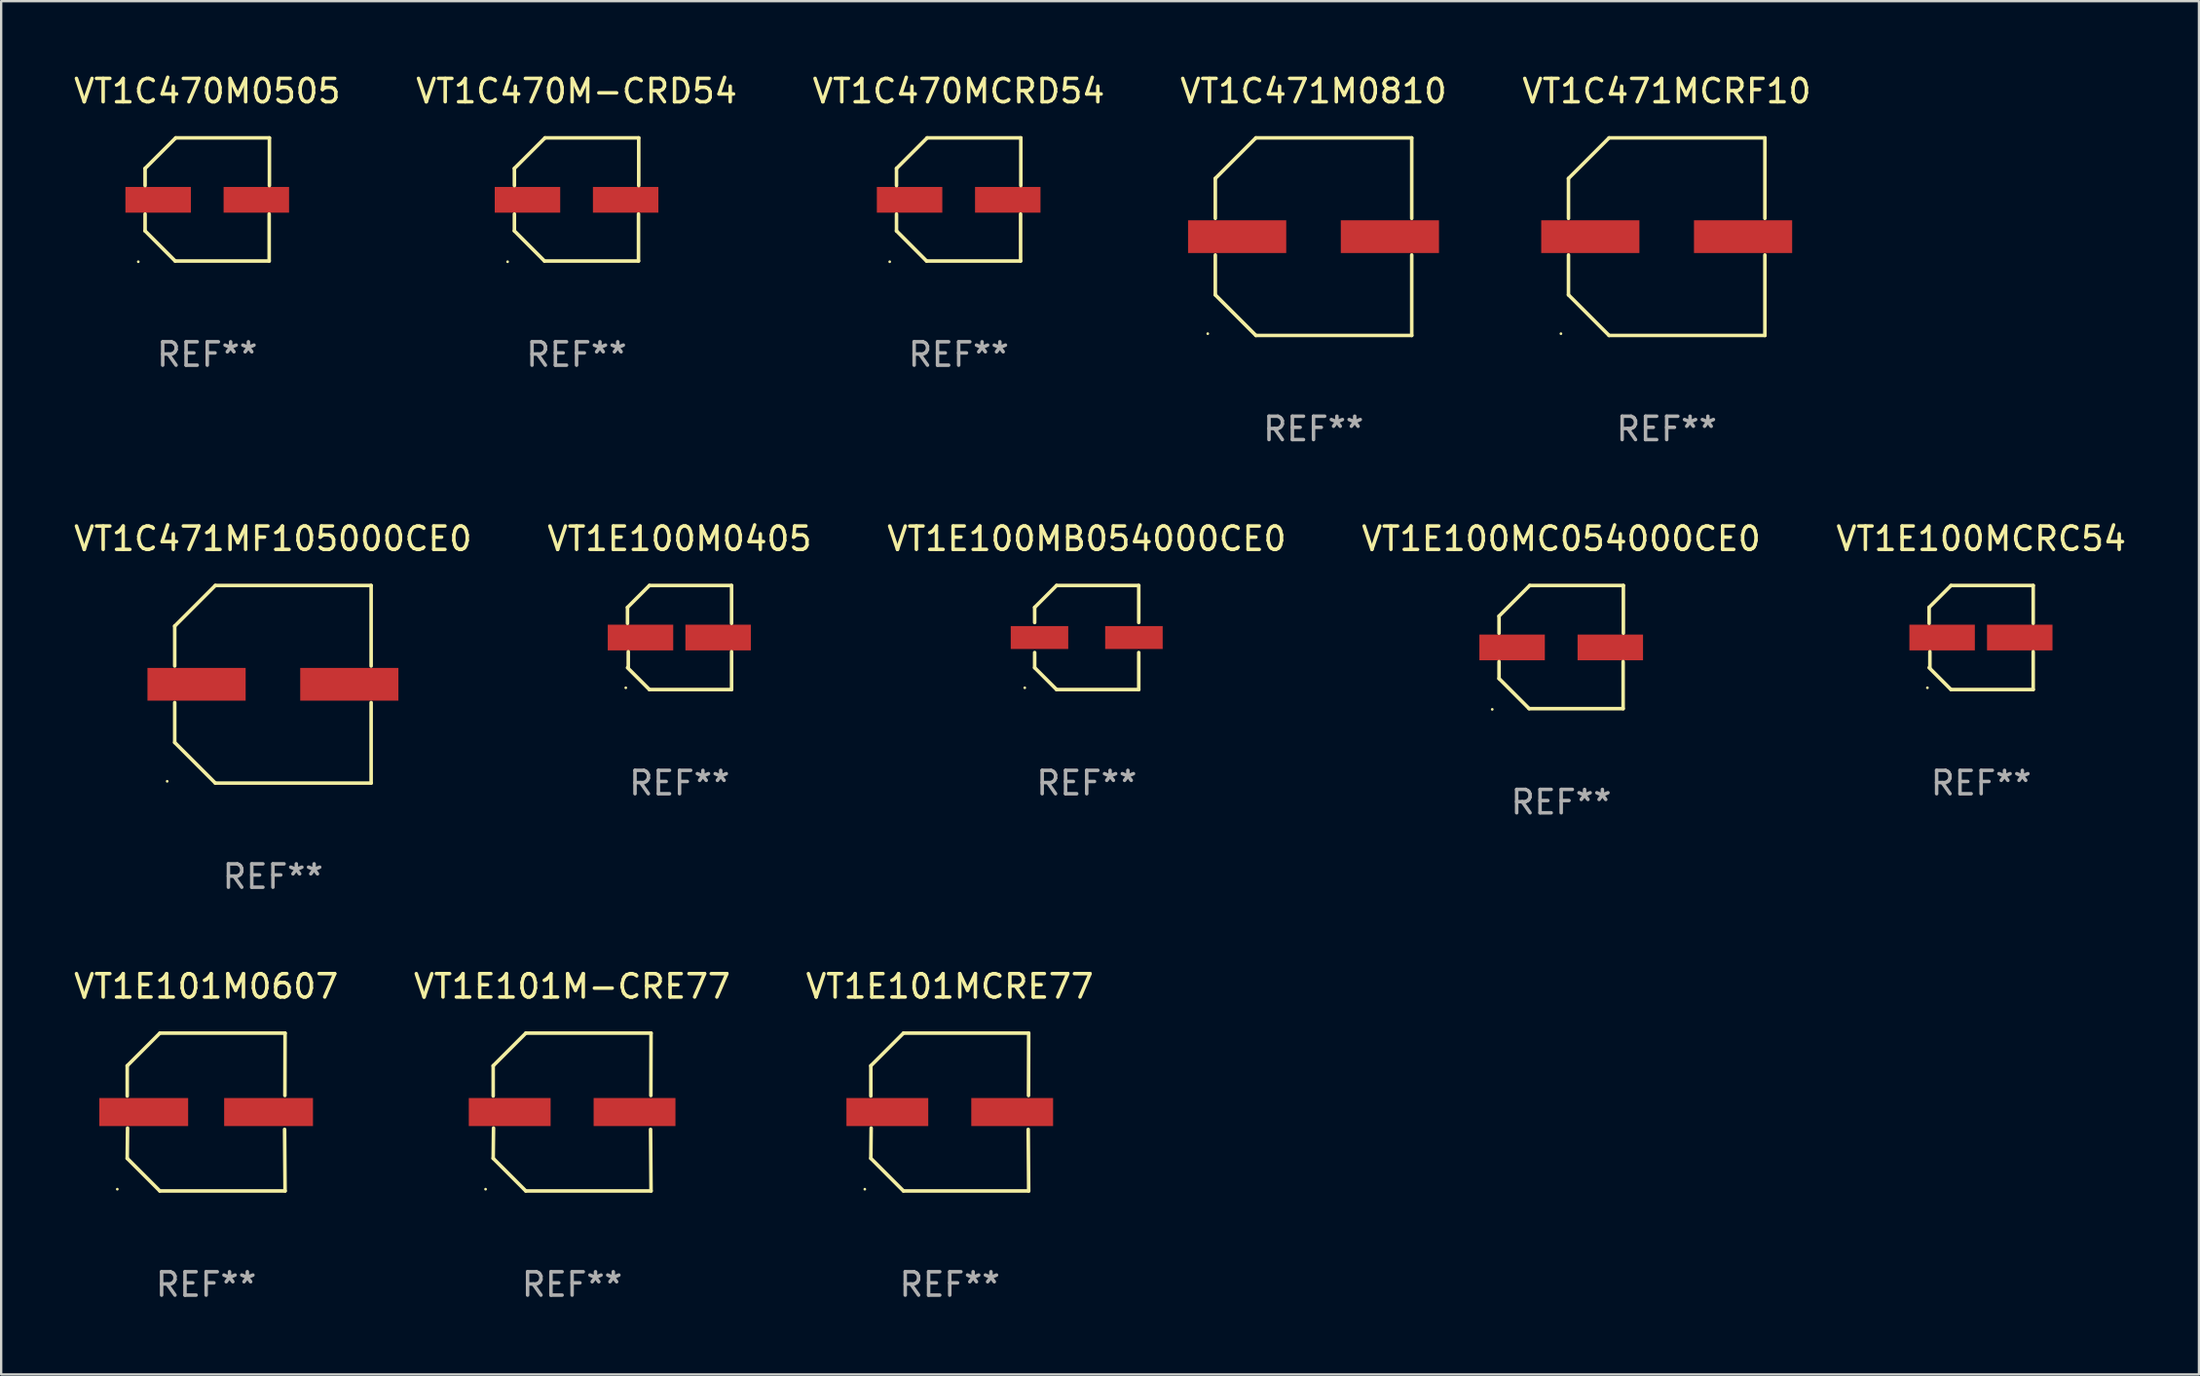
<source format=kicad_pcb>
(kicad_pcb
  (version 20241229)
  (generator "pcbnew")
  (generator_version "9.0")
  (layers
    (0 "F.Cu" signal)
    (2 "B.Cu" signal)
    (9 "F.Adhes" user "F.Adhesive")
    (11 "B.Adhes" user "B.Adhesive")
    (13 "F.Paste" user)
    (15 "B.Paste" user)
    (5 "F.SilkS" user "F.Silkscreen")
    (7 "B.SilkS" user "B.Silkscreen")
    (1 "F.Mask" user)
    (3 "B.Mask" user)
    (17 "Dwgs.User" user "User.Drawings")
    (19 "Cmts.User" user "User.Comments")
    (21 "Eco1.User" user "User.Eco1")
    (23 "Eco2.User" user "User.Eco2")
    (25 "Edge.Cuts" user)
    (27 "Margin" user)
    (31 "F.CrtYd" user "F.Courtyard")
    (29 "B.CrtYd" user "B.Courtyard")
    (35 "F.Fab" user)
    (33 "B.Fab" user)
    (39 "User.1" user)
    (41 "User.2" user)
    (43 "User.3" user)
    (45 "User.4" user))
  (footprint "VT1C470M-CRD54"
    (layer "F.Cu")
    (at 21.613 5.482)
    (property "Reference" "VT1C470M-CRD54" (at 0 -4.634 0) (layer "F.SilkS") (effects (font (size 1 1) (thickness 0.15))))
    (attr through_hole)
    (fp_line (start -2.659 -1.326) (end -2.659 -0.592) (stroke (width 0.152) (type solid)) (layer "F.SilkS"))
    (fp_line (start -2.659 1.346) (end -2.659 0.622) (stroke (width 0.152) (type solid)) (layer "F.SilkS"))
    (fp_line (start -1.372 2.634) (end -2.659 1.346) (stroke (width 0.152) (type solid)) (layer "F.SilkS"))
    (fp_line (start -1.349 -2.634) (end -2.659 -1.326) (stroke (width 0.152) (type solid)) (layer "F.SilkS"))
    (fp_line (start 2.649 0.622) (end 2.649 2.634) (stroke (width 0.152) (type solid)) (layer "F.SilkS"))
    (fp_line (start 2.649 2.634) (end -1.372 2.634) (stroke (width 0.152) (type solid)) (layer "F.SilkS"))
    (fp_line (start 2.659 -2.634) (end -1.349 -2.634) (stroke (width 0.152) (type solid)) (layer "F.SilkS"))
    (fp_line (start 2.659 -0.592) (end 2.659 -2.634) (stroke (width 0.152) (type solid)) (layer "F.SilkS"))
    (fp_circle (center -2.95 2.665) (end -2.92 2.665) (stroke (width 0.06) (type solid)) (fill no) (layer "F.SilkS"))
    (fp_text user "REF**" (at 0 6.634 0) (layer "F.Fab") (effects (font (size 1 1) (thickness 0.15))))
    (pad "1" smd rect (at -2.1 0.015) (size 2.8 1.1) (layers "F.Cu" "F.Mask" "F.Paste"))
    (pad "2" smd rect (at 2.1 0.015) (size 2.8 1.1) (layers "F.Cu" "F.Mask" "F.Paste")))
  (footprint "VT1C471MF105000CE0"
    (layer "F.Cu")
    (at 8.625 26.223)
    (property "Reference" "VT1C471MF105000CE0" (at 0 -6.226 0) (layer "F.SilkS") (effects (font (size 1 1) (thickness 0.15))))
    (attr through_hole)
    (fp_line (start -4.201 -2.49) (end -4.201 -0.782) (stroke (width 0.152) (type solid)) (layer "F.SilkS"))
    (fp_line (start -4.201 2.49) (end -4.201 0.782) (stroke (width 0.152) (type solid)) (layer "F.SilkS"))
    (fp_line (start -2.465 -4.226) (end -4.201 -2.49) (stroke (width 0.152) (type solid)) (layer "F.SilkS"))
    (fp_line (start -2.465 4.226) (end -4.201 2.49) (stroke (width 0.152) (type solid)) (layer "F.SilkS"))
    (fp_line (start 4.201 -4.226) (end -2.465 -4.226) (stroke (width 0.152) (type solid)) (layer "F.SilkS"))
    (fp_line (start 4.201 -0.782) (end 4.201 -4.226) (stroke (width 0.152) (type solid)) (layer "F.SilkS"))
    (fp_line (start 4.201 0.782) (end 4.201 4.226) (stroke (width 0.152) (type solid)) (layer "F.SilkS"))
    (fp_line (start 4.201 4.226) (end -2.465 4.226) (stroke (width 0.152) (type solid)) (layer "F.SilkS"))
    (fp_circle (center -4.524 4.15) (end -4.494 4.15) (stroke (width 0.06) (type solid)) (fill no) (layer "F.SilkS"))
    (fp_text user "REF**" (at 0 8.226 0) (layer "F.Fab") (effects (font (size 1 1) (thickness 0.15))))
    (pad "1" smd rect (at -3.267 0) (size 4.2 1.4) (layers "F.Cu" "F.Mask" "F.Paste"))
    (pad "2" smd rect (at 3.267 0) (size 4.2 1.4) (layers "F.Cu" "F.Mask" "F.Paste")))
  (footprint "VT1E100M0405"
    (layer "F.Cu")
    (at 26.018 24.223)
    (property "Reference" "VT1E100M0405" (at 0 -4.226 0) (layer "F.SilkS") (effects (font (size 1 1) (thickness 0.15))))
    (attr through_hole)
    (fp_line (start -2.226 -1.29) (end -2.226 -0.607) (stroke (width 0.152) (type solid)) (layer "F.SilkS"))
    (fp_line (start -2.193 1.29) (end -2.193 0.607) (stroke (width 0.152) (type solid)) (layer "F.SilkS"))
    (fp_line (start -1.29 2.226) (end -2.226 1.29) (stroke (width 0.152) (type solid)) (layer "F.SilkS"))
    (fp_line (start -1.29 -2.226) (end -2.226 -1.29) (stroke (width 0.152) (type solid)) (layer "F.SilkS"))
    (fp_line (start 2.226 -2.226) (end -1.29 -2.226) (stroke (width 0.152) (type solid)) (layer "F.SilkS"))
    (fp_line (start 2.226 -0.607) (end 2.226 -2.226) (stroke (width 0.152) (type solid)) (layer "F.SilkS"))
    (fp_line (start 2.226 0.607) (end 2.226 2.226) (stroke (width 0.152) (type solid)) (layer "F.SilkS"))
    (fp_line (start 2.226 2.226) (end -1.29 2.226) (stroke (width 0.152) (type solid)) (layer "F.SilkS"))
    (fp_circle (center -2.3 2.15) (end -2.27 2.15) (stroke (width 0.06) (type solid)) (fill no) (layer "F.SilkS"))
    (fp_text user "REF**" (at 0 6.226 0) (layer "F.Fab") (effects (font (size 1 1) (thickness 0.15))))
    (pad "1" smd rect (at -1.67 -0.000025) (size 2.8 1.1) (layers "F.Cu" "F.Mask" "F.Paste"))
    (pad "2" smd rect (at 1.651 -0.000025) (size 2.8 1.1) (layers "F.Cu" "F.Mask" "F.Paste")))
  (footprint "VT1E101M0607"
    (layer "F.Cu")
    (at 5.768 44.522)
    (property "Reference" "VT1E101M0607" (at 0 -5.376 0) (layer "F.SilkS") (effects (font (size 1 1) (thickness 0.15))))
    (attr through_hole)
    (fp_line (start -3.376 -1.98) (end -3.376 -0.686) (stroke (width 0.152) (type solid)) (layer "F.SilkS"))
    (fp_line (start -3.376 1.981) (end -3.362 0.686) (stroke (width 0.152) (type solid)) (layer "F.SilkS"))
    (fp_line (start -1.981 3.376) (end -3.376 1.981) (stroke (width 0.152) (type solid)) (layer "F.SilkS"))
    (fp_line (start -1.98 -3.376) (end -3.376 -1.98) (stroke (width 0.152) (type solid)) (layer "F.SilkS"))
    (fp_line (start 3.356 0.74) (end 3.376 3.376) (stroke (width 0.152) (type solid)) (layer "F.SilkS"))
    (fp_line (start 3.369 -0.707) (end 3.376 -3.376) (stroke (width 0.152) (type solid)) (layer "F.SilkS"))
    (fp_line (start 3.376 3.376) (end -1.981 3.376) (stroke (width 0.152) (type solid)) (layer "F.SilkS"))
    (fp_line (start 3.376 -3.376) (end -1.98 -3.376) (stroke (width 0.152) (type solid)) (layer "F.SilkS"))
    (fp_circle (center -3.8 3.3) (end -3.77 3.3) (stroke (width 0.06) (type solid)) (fill no) (layer "F.SilkS"))
    (fp_text user "REF**" (at 0 7.376 0) (layer "F.Fab") (effects (font (size 1 1) (thickness 0.15))))
    (pad "1" smd rect (at -2.67 0.000254) (size 3.8 1.2) (layers "F.Cu" "F.Mask" "F.Paste"))
    (pad "2" smd rect (at 2.67 0.000254) (size 3.8 1.2) (layers "F.Cu" "F.Mask" "F.Paste")))
  (footprint "VT1E101MCRE77"
    (layer "F.Cu")
    (at 37.577 44.522)
    (property "Reference" "VT1E101MCRE77" (at 0 -5.376 0) (layer "F.SilkS") (effects (font (size 1 1) (thickness 0.15))))
    (attr through_hole)
    (fp_line (start -3.376 -1.98) (end -3.376 -0.686) (stroke (width 0.152) (type solid)) (layer "F.SilkS"))
    (fp_line (start -3.376 1.981) (end -3.362 0.686) (stroke (width 0.152) (type solid)) (layer "F.SilkS"))
    (fp_line (start -1.981 3.376) (end -3.376 1.981) (stroke (width 0.152) (type solid)) (layer "F.SilkS"))
    (fp_line (start -1.98 -3.376) (end -3.376 -1.98) (stroke (width 0.152) (type solid)) (layer "F.SilkS"))
    (fp_line (start 3.356 0.74) (end 3.376 3.376) (stroke (width 0.152) (type solid)) (layer "F.SilkS"))
    (fp_line (start 3.369 -0.707) (end 3.376 -3.376) (stroke (width 0.152) (type solid)) (layer "F.SilkS"))
    (fp_line (start 3.376 3.376) (end -1.981 3.376) (stroke (width 0.152) (type solid)) (layer "F.SilkS"))
    (fp_line (start 3.376 -3.376) (end -1.98 -3.376) (stroke (width 0.152) (type solid)) (layer "F.SilkS"))
    (fp_circle (center -3.634 3.3) (end -3.604 3.3) (stroke (width 0.06) (type solid)) (fill no) (layer "F.SilkS"))
    (fp_text user "REF**" (at 0 7.376 0) (layer "F.Fab") (effects (font (size 1 1) (thickness 0.15))))
    (pad "1" smd rect (at -2.67 0.000254) (size 3.5 1.2) (layers "F.Cu" "F.Mask" "F.Paste"))
    (pad "2" smd rect (at 2.67 0.000254) (size 3.5 1.2) (layers "F.Cu" "F.Mask" "F.Paste")))
  (footprint "VT1C471MCRF10"
    (layer "F.Cu")
    (at 68.244 7.074)
    (property "Reference" "VT1C471MCRF10" (at 0 -6.226 0) (layer "F.SilkS") (effects (font (size 1 1) (thickness 0.15))))
    (attr through_hole)
    (fp_line (start -4.201 -2.49) (end -4.201 -0.782) (stroke (width 0.152) (type solid)) (layer "F.SilkS"))
    (fp_line (start -4.201 2.49) (end -4.201 0.782) (stroke (width 0.152) (type solid)) (layer "F.SilkS"))
    (fp_line (start -2.465 -4.226) (end -4.201 -2.49) (stroke (width 0.152) (type solid)) (layer "F.SilkS"))
    (fp_line (start -2.465 4.226) (end -4.201 2.49) (stroke (width 0.152) (type solid)) (layer "F.SilkS"))
    (fp_line (start 4.201 -4.226) (end -2.465 -4.226) (stroke (width 0.152) (type solid)) (layer "F.SilkS"))
    (fp_line (start 4.201 -0.782) (end 4.201 -4.226) (stroke (width 0.152) (type solid)) (layer "F.SilkS"))
    (fp_line (start 4.201 0.782) (end 4.201 4.226) (stroke (width 0.152) (type solid)) (layer "F.SilkS"))
    (fp_line (start 4.201 4.226) (end -2.465 4.226) (stroke (width 0.152) (type solid)) (layer "F.SilkS"))
    (fp_circle (center -4.524 4.15) (end -4.494 4.15) (stroke (width 0.06) (type solid)) (fill no) (layer "F.SilkS"))
    (fp_text user "REF**" (at 0 8.226 0) (layer "F.Fab") (effects (font (size 1 1) (thickness 0.15))))
    (pad "1" smd rect (at -3.267 0) (size 4.2 1.4) (layers "F.Cu" "F.Mask" "F.Paste"))
    (pad "2" smd rect (at 3.267 0) (size 4.2 1.4) (layers "F.Cu" "F.Mask" "F.Paste")))
  (footprint "VT1C471M0810"
    (layer "F.Cu")
    (at 53.137 7.074)
    (property "Reference" "VT1C471M0810" (at 0 -6.226 0) (layer "F.SilkS") (effects (font (size 1 1) (thickness 0.15))))
    (attr through_hole)
    (fp_line (start -4.201 -2.49) (end -4.201 -0.782) (stroke (width 0.152) (type solid)) (layer "F.SilkS"))
    (fp_line (start -4.201 2.49) (end -4.201 0.782) (stroke (width 0.152) (type solid)) (layer "F.SilkS"))
    (fp_line (start -2.465 -4.226) (end -4.201 -2.49) (stroke (width 0.152) (type solid)) (layer "F.SilkS"))
    (fp_line (start -2.465 4.226) (end -4.201 2.49) (stroke (width 0.152) (type solid)) (layer "F.SilkS"))
    (fp_line (start 4.201 -4.226) (end -2.465 -4.226) (stroke (width 0.152) (type solid)) (layer "F.SilkS"))
    (fp_line (start 4.201 -0.782) (end 4.201 -4.226) (stroke (width 0.152) (type solid)) (layer "F.SilkS"))
    (fp_line (start 4.201 0.782) (end 4.201 4.226) (stroke (width 0.152) (type solid)) (layer "F.SilkS"))
    (fp_line (start 4.201 4.226) (end -2.465 4.226) (stroke (width 0.152) (type solid)) (layer "F.SilkS"))
    (fp_circle (center -4.524 4.15) (end -4.494 4.15) (stroke (width 0.06) (type solid)) (fill no) (layer "F.SilkS"))
    (fp_text user "REF**" (at 0 8.226 0) (layer "F.Fab") (effects (font (size 1 1) (thickness 0.15))))
    (pad "1" smd rect (at -3.267 0) (size 4.2 1.4) (layers "F.Cu" "F.Mask" "F.Paste"))
    (pad "2" smd rect (at 3.267 0) (size 4.2 1.4) (layers "F.Cu" "F.Mask" "F.Paste")))
  (footprint "VT1E100MC054000CE0"
    (layer "F.Cu")
    (at 63.732 24.631)
    (property "Reference" "VT1E100MC054000CE0" (at 0 -4.634 0) (layer "F.SilkS") (effects (font (size 1 1) (thickness 0.15))))
    (attr through_hole)
    (fp_line (start -2.659 -1.326) (end -2.659 -0.592) (stroke (width 0.152) (type solid)) (layer "F.SilkS"))
    (fp_line (start -2.659 1.346) (end -2.659 0.622) (stroke (width 0.152) (type solid)) (layer "F.SilkS"))
    (fp_line (start -1.372 2.634) (end -2.659 1.346) (stroke (width 0.152) (type solid)) (layer "F.SilkS"))
    (fp_line (start -1.349 -2.634) (end -2.659 -1.326) (stroke (width 0.152) (type solid)) (layer "F.SilkS"))
    (fp_line (start 2.649 0.622) (end 2.649 2.634) (stroke (width 0.152) (type solid)) (layer "F.SilkS"))
    (fp_line (start 2.649 2.634) (end -1.372 2.634) (stroke (width 0.152) (type solid)) (layer "F.SilkS"))
    (fp_line (start 2.659 -2.634) (end -1.349 -2.634) (stroke (width 0.152) (type solid)) (layer "F.SilkS"))
    (fp_line (start 2.659 -0.592) (end 2.659 -2.634) (stroke (width 0.152) (type solid)) (layer "F.SilkS"))
    (fp_circle (center -2.95 2.665) (end -2.92 2.665) (stroke (width 0.06) (type solid)) (fill no) (layer "F.SilkS"))
    (fp_text user "REF**" (at 0 6.634 0) (layer "F.Fab") (effects (font (size 1 1) (thickness 0.15))))
    (pad "1" smd rect (at -2.1 0.015) (size 2.8 1.1) (layers "F.Cu" "F.Mask" "F.Paste"))
    (pad "2" smd rect (at 2.1 0.015) (size 2.8 1.1) (layers "F.Cu" "F.Mask" "F.Paste")))
  (footprint "VT1E100MCRC54"
    (layer "F.Cu")
    (at 81.696 24.223)
    (property "Reference" "VT1E100MCRC54" (at 0 -4.226 0) (layer "F.SilkS") (effects (font (size 1 1) (thickness 0.15))))
    (attr through_hole)
    (fp_line (start -2.226 -1.29) (end -2.226 -0.607) (stroke (width 0.152) (type solid)) (layer "F.SilkS"))
    (fp_line (start -2.193 1.29) (end -2.193 0.607) (stroke (width 0.152) (type solid)) (layer "F.SilkS"))
    (fp_line (start -1.29 2.226) (end -2.226 1.29) (stroke (width 0.152) (type solid)) (layer "F.SilkS"))
    (fp_line (start -1.29 -2.226) (end -2.226 -1.29) (stroke (width 0.152) (type solid)) (layer "F.SilkS"))
    (fp_line (start 2.226 -2.226) (end -1.29 -2.226) (stroke (width 0.152) (type solid)) (layer "F.SilkS"))
    (fp_line (start 2.226 -0.607) (end 2.226 -2.226) (stroke (width 0.152) (type solid)) (layer "F.SilkS"))
    (fp_line (start 2.226 0.607) (end 2.226 2.226) (stroke (width 0.152) (type solid)) (layer "F.SilkS"))
    (fp_line (start 2.226 2.226) (end -1.29 2.226) (stroke (width 0.152) (type solid)) (layer "F.SilkS"))
    (fp_circle (center -2.3 2.15) (end -2.27 2.15) (stroke (width 0.06) (type solid)) (fill no) (layer "F.SilkS"))
    (fp_text user "REF**" (at 0 6.226 0) (layer "F.Fab") (effects (font (size 1 1) (thickness 0.15))))
    (pad "1" smd rect (at -1.67 -0.000025) (size 2.8 1.1) (layers "F.Cu" "F.Mask" "F.Paste"))
    (pad "2" smd rect (at 1.651 -0.000025) (size 2.8 1.1) (layers "F.Cu" "F.Mask" "F.Paste")))
  (footprint "VT1C470MCRD54"
    (layer "F.Cu")
    (at 37.958 5.482)
    (property "Reference" "VT1C470MCRD54" (at 0 -4.634 0) (layer "F.SilkS") (effects (font (size 1 1) (thickness 0.15))))
    (attr through_hole)
    (fp_line (start -2.659 -1.326) (end -2.659 -0.592) (stroke (width 0.152) (type solid)) (layer "F.SilkS"))
    (fp_line (start -2.659 1.346) (end -2.659 0.622) (stroke (width 0.152) (type solid)) (layer "F.SilkS"))
    (fp_line (start -1.372 2.634) (end -2.659 1.346) (stroke (width 0.152) (type solid)) (layer "F.SilkS"))
    (fp_line (start -1.349 -2.634) (end -2.659 -1.326) (stroke (width 0.152) (type solid)) (layer "F.SilkS"))
    (fp_line (start 2.649 0.622) (end 2.649 2.634) (stroke (width 0.152) (type solid)) (layer "F.SilkS"))
    (fp_line (start 2.649 2.634) (end -1.372 2.634) (stroke (width 0.152) (type solid)) (layer "F.SilkS"))
    (fp_line (start 2.659 -2.634) (end -1.349 -2.634) (stroke (width 0.152) (type solid)) (layer "F.SilkS"))
    (fp_line (start 2.659 -0.592) (end 2.659 -2.634) (stroke (width 0.152) (type solid)) (layer "F.SilkS"))
    (fp_circle (center -2.95 2.665) (end -2.92 2.665) (stroke (width 0.06) (type solid)) (fill no) (layer "F.SilkS"))
    (fp_text user "REF**" (at 0 6.634 0) (layer "F.Fab") (effects (font (size 1 1) (thickness 0.15))))
    (pad "1" smd rect (at -2.1 0.015) (size 2.8 1.1) (layers "F.Cu" "F.Mask" "F.Paste"))
    (pad "2" smd rect (at 2.1 0.015) (size 2.8 1.1) (layers "F.Cu" "F.Mask" "F.Paste")))
  (footprint "VT1E101M-CRE77"
    (layer "F.Cu")
    (at 21.423 44.522)
    (property "Reference" "VT1E101M-CRE77" (at 0 -5.376 0) (layer "F.SilkS") (effects (font (size 1 1) (thickness 0.15))))
    (attr through_hole)
    (fp_line (start -3.376 -1.98) (end -3.376 -0.686) (stroke (width 0.152) (type solid)) (layer "F.SilkS"))
    (fp_line (start -3.376 1.981) (end -3.362 0.686) (stroke (width 0.152) (type solid)) (layer "F.SilkS"))
    (fp_line (start -1.981 3.376) (end -3.376 1.981) (stroke (width 0.152) (type solid)) (layer "F.SilkS"))
    (fp_line (start -1.98 -3.376) (end -3.376 -1.98) (stroke (width 0.152) (type solid)) (layer "F.SilkS"))
    (fp_line (start 3.356 0.74) (end 3.376 3.376) (stroke (width 0.152) (type solid)) (layer "F.SilkS"))
    (fp_line (start 3.369 -0.707) (end 3.376 -3.376) (stroke (width 0.152) (type solid)) (layer "F.SilkS"))
    (fp_line (start 3.376 3.376) (end -1.981 3.376) (stroke (width 0.152) (type solid)) (layer "F.SilkS"))
    (fp_line (start 3.376 -3.376) (end -1.98 -3.376) (stroke (width 0.152) (type solid)) (layer "F.SilkS"))
    (fp_circle (center -3.702 3.3) (end -3.672 3.3) (stroke (width 0.06) (type solid)) (fill no) (layer "F.SilkS"))
    (fp_text user "REF**" (at 0 7.376 0) (layer "F.Fab") (effects (font (size 1 1) (thickness 0.15))))
    (pad "1" smd rect (at -2.67 0.000203) (size 3.5 1.2) (layers "F.Cu" "F.Mask" "F.Paste"))
    (pad "2" smd rect (at 2.67 0.000203) (size 3.5 1.2) (layers "F.Cu" "F.Mask" "F.Paste")))
  (footprint "VT1E100MB054000CE0"
    (layer "F.Cu")
    (at 43.435 24.223)
    (property "Reference" "VT1E100MB054000CE0" (at 0 -4.226 0) (layer "F.SilkS") (effects (font (size 1 1) (thickness 0.15))))
    (attr through_hole)
    (fp_line (start -2.226 -1.29) (end -1.29 -2.226) (stroke (width 0.152) (type solid)) (layer "F.SilkS"))
    (fp_line (start -2.226 -0.642) (end -2.226 -1.29) (stroke (width 0.152) (type solid)) (layer "F.SilkS"))
    (fp_line (start -2.226 0.642) (end -2.226 1.29) (stroke (width 0.152) (type solid)) (layer "F.SilkS"))
    (fp_line (start -2.226 1.29) (end -1.29 2.226) (stroke (width 0.152) (type solid)) (layer "F.SilkS"))
    (fp_line (start -1.29 -2.226) (end 2.226 -2.226) (stroke (width 0.152) (type solid)) (layer "F.SilkS"))
    (fp_line (start -1.29 2.226) (end 2.226 2.226) (stroke (width 0.152) (type solid)) (layer "F.SilkS"))
    (fp_line (start 2.226 -2.226) (end 2.226 -0.642) (stroke (width 0.152) (type solid)) (layer "F.SilkS"))
    (fp_line (start 2.226 2.226) (end 2.226 0.642) (stroke (width 0.152) (type solid)) (layer "F.SilkS"))
    (fp_circle (center -2.65 2.15) (end -2.62 2.15) (stroke (width 0.06) (type solid)) (fill no) (layer "F.SilkS"))
    (fp_text user "REF**" (at 0 6.226 0) (layer "F.Fab") (effects (font (size 1 1) (thickness 0.15))))
    (pad "1" smd rect (at -2.02 -0.000013) (size 2.46 0.98) (layers "F.Cu" "F.Mask" "F.Paste"))
    (pad "2" smd rect (at 2.02 -0.000013) (size 2.46 0.98) (layers "F.Cu" "F.Mask" "F.Paste")))
  (footprint "VT1C470M0505"
    (layer "F.Cu")
    (at 5.815 5.482)
    (property "Reference" "VT1C470M0505" (at 0 -4.634 0) (layer "F.SilkS") (effects (font (size 1 1) (thickness 0.15))))
    (attr through_hole)
    (fp_line (start -2.659 -1.326) (end -2.659 -0.592) (stroke (width 0.152) (type solid)) (layer "F.SilkS"))
    (fp_line (start -2.659 1.346) (end -2.659 0.622) (stroke (width 0.152) (type solid)) (layer "F.SilkS"))
    (fp_line (start -1.372 2.634) (end -2.659 1.346) (stroke (width 0.152) (type solid)) (layer "F.SilkS"))
    (fp_line (start -1.349 -2.634) (end -2.659 -1.326) (stroke (width 0.152) (type solid)) (layer "F.SilkS"))
    (fp_line (start 2.649 0.622) (end 2.649 2.634) (stroke (width 0.152) (type solid)) (layer "F.SilkS"))
    (fp_line (start 2.649 2.634) (end -1.372 2.634) (stroke (width 0.152) (type solid)) (layer "F.SilkS"))
    (fp_line (start 2.659 -2.634) (end -1.349 -2.634) (stroke (width 0.152) (type solid)) (layer "F.SilkS"))
    (fp_line (start 2.659 -0.592) (end 2.659 -2.634) (stroke (width 0.152) (type solid)) (layer "F.SilkS"))
    (fp_circle (center -2.95 2.665) (end -2.92 2.665) (stroke (width 0.06) (type solid)) (fill no) (layer "F.SilkS"))
    (fp_text user "REF**" (at 0 6.634 0) (layer "F.Fab") (effects (font (size 1 1) (thickness 0.15))))
    (pad "1" smd rect (at -2.1 0.015) (size 2.8 1.1) (layers "F.Cu" "F.Mask" "F.Paste"))
    (pad "2" smd rect (at 2.1 0.015) (size 2.8 1.1) (layers "F.Cu" "F.Mask" "F.Paste")))
  (gr_rect
    (start -3 -3)
    (end 91.012 55.746)
    (stroke (width 0.1) (type default))
    (fill no)
    (layer "Edge.Cuts")))
</source>
